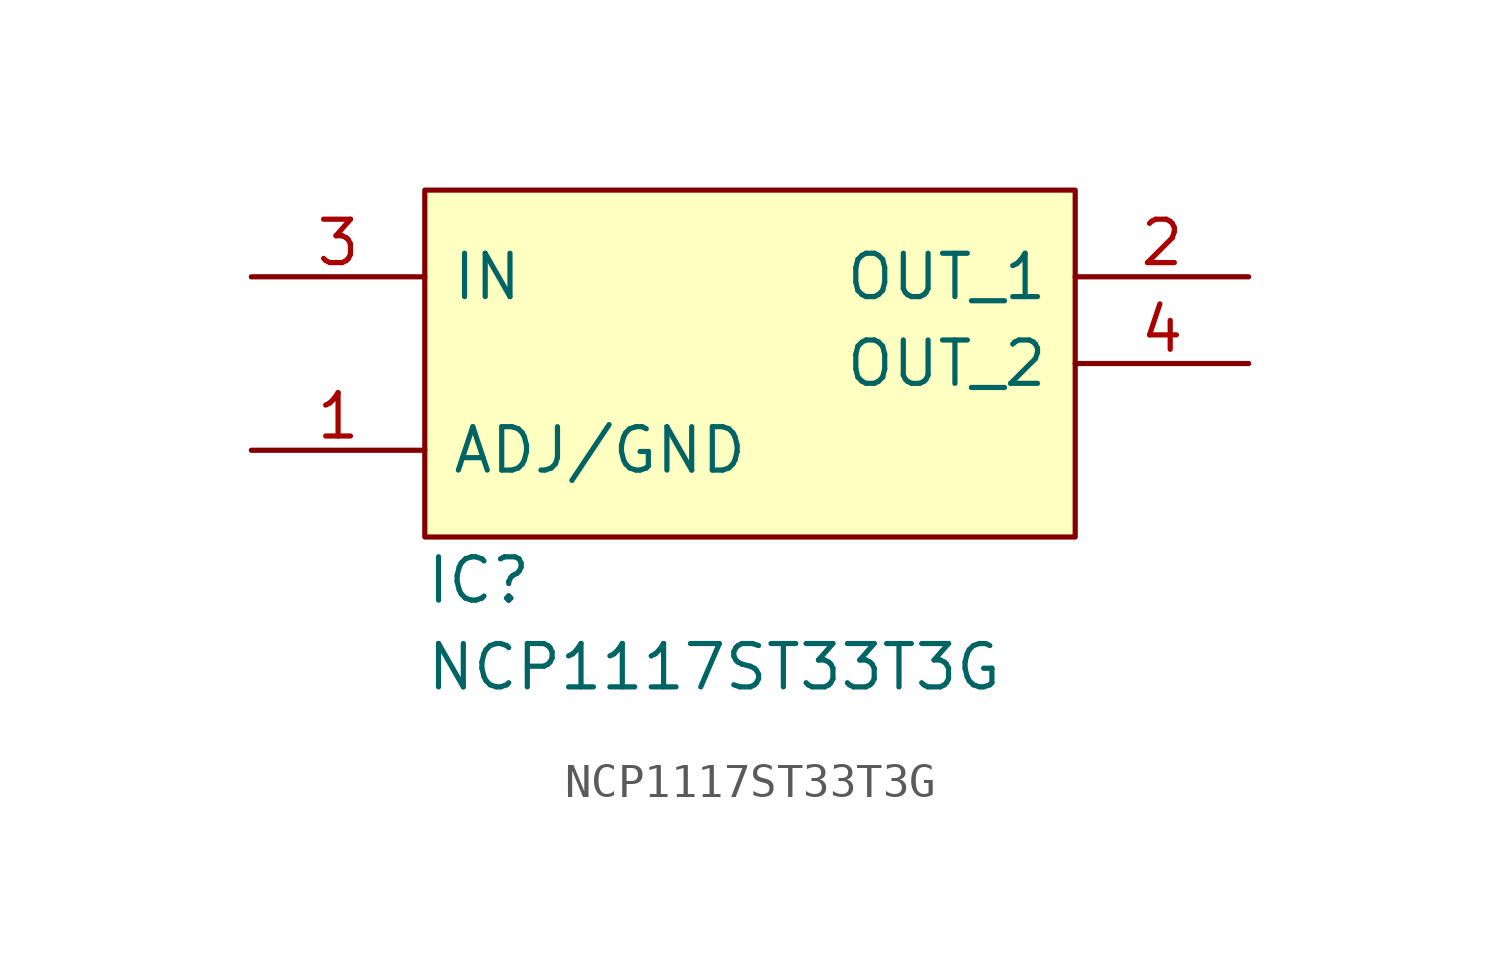
<source format=kicad_sym>
(kicad_symbol_lib
  (version 20211014)
  (generator kicad_symbol_editor)
  (symbol "NCP1117ST33T3G"
    (pin_names
      (offset 0.762))
    (property "Reference" "IC"
      (at 5.08 -8.89 0)
      (effects (font (size 1.27 1.27)) (justify left)))
    (property "Value" "NCP1117ST33T3G"
      (at 5.08 -11.43 0)
      (effects (font (size 1.27 1.27)) (justify left)))
    (symbol "NCP1117ST33T3G_0_0"
      (pin passive line (at 0 -5.08 0) (length 5.08) (name "ADJ/GND" (effects (font (size 1.27 1.27)))) (number "1" (effects (font (size 1.27 1.27)))))
      (pin passive line (at 29.21 0 180) (length 5.08) (name "OUT_1" (effects (font (size 1.27 1.27)))) (number "2" (effects (font (size 1.27 1.27)))))
      (pin passive line (at 0 0 0) (length 5.08) (name "IN" (effects (font (size 1.27 1.27)))) (number "3" (effects (font (size 1.27 1.27)))))
      (pin passive line (at 29.21 -2.54 180) (length 5.08) (name "OUT_2" (effects (font (size 1.27 1.27)))) (number "4" (effects (font (size 1.27 1.27))))))
    (symbol "NCP1117ST33T3G_0_1"
      (polyline (pts (xy 5.08 2.54) (xy 24.13 2.54) (xy 24.13 -7.62) (xy 5.08 -7.62) (xy 5.08 2.54)) (stroke (width 0.152) (type default) (color 0 0 0 0)) (fill (type background))))))
</source>
